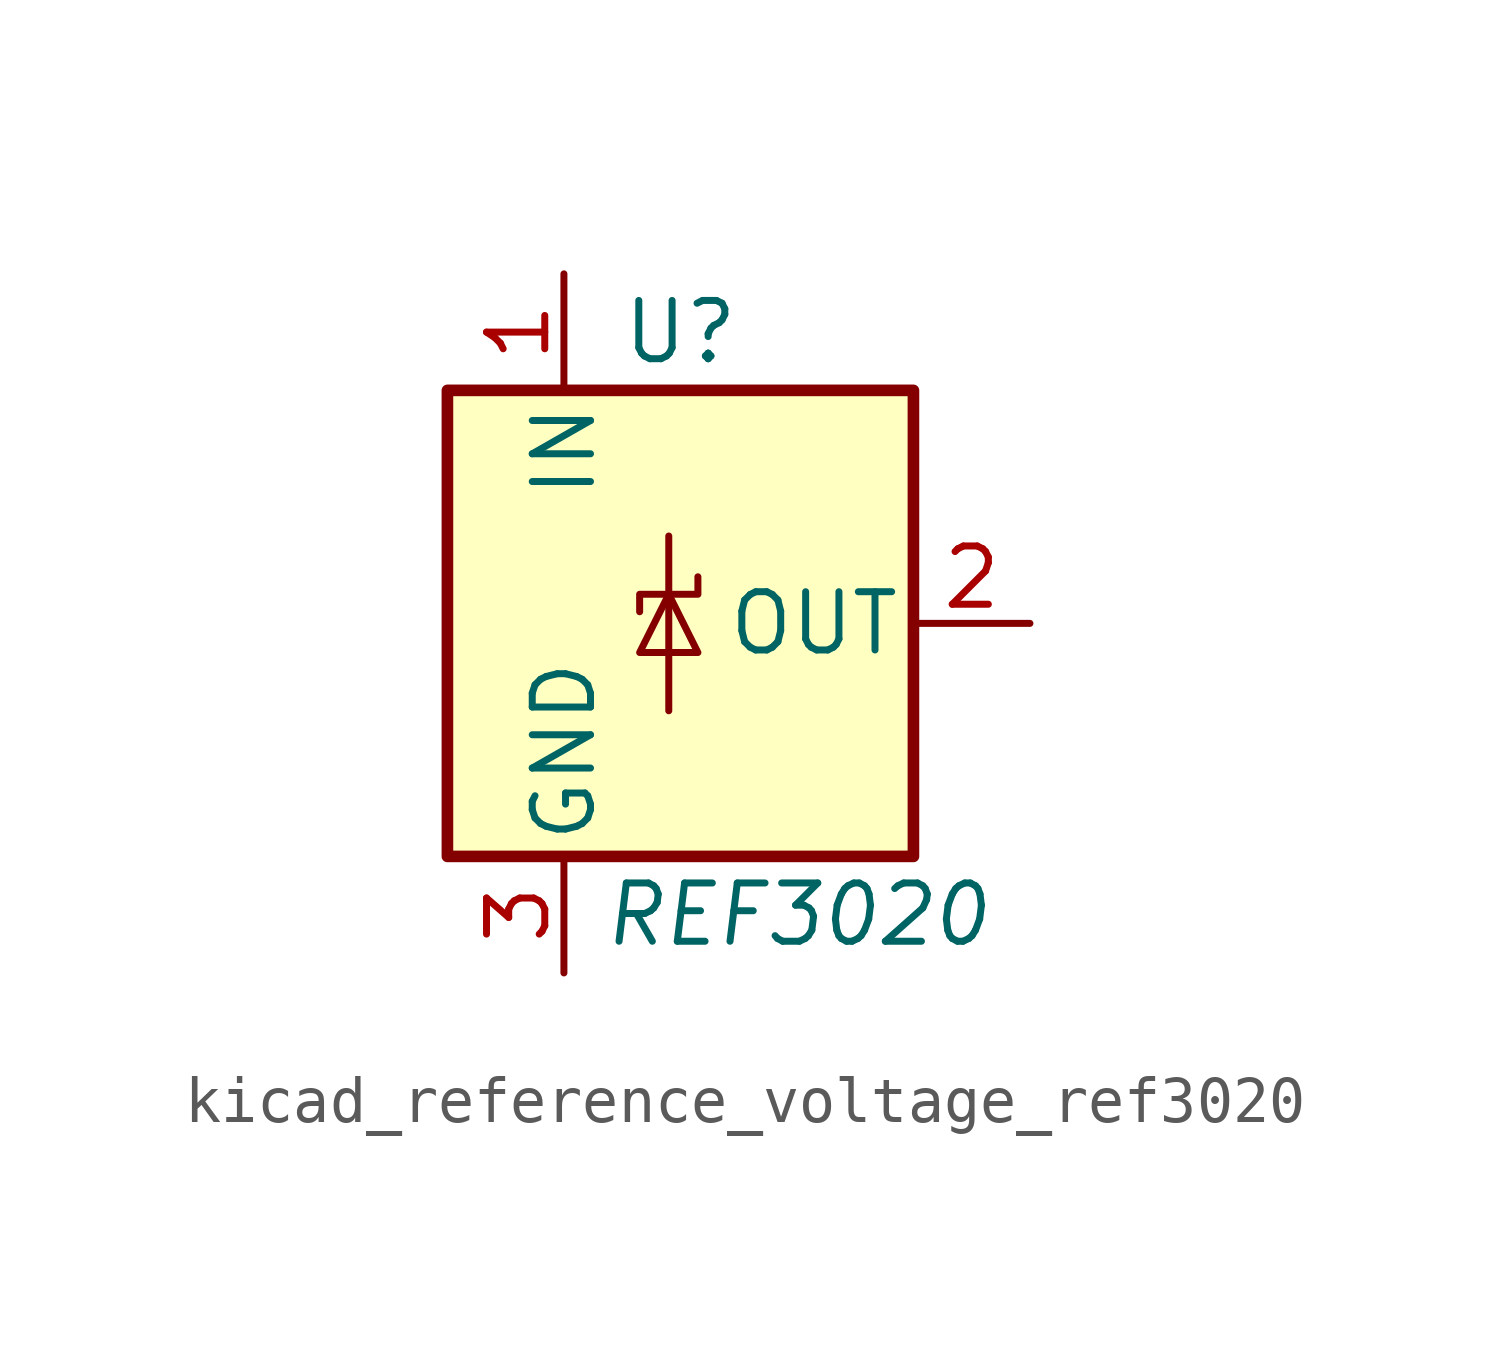
<source format=kicad_sym>
(kicad_symbol_lib
  (version 20220914)
  (generator kicad_symbol_editor)
  (symbol "kicad_reference_voltage_ref3020"
    (pin_names
      (offset 0.254))
    (property "Reference" "U"
      (at 0 6.35 0)
      (effects (font (size 1.27 1.27))))
    (property "Value" "REF3020"
      (at 2.54 -6.35 0)
      (effects (font (size 1.27 1.27) italic)))
    (symbol "kicad_reference_voltage_ref3020_0_1"
      (rectangle (start -5.08 5.08) (end 5.08 -5.08) (stroke (width 0.254) (type default)) (fill (type background)))
      (polyline (pts (xy -0.254 1.905) (xy -0.254 -1.905)) (stroke (width 0) (type default)) (fill (type none)))
      (polyline (pts (xy -0.889 -0.635) (xy 0.381 -0.635) (xy -0.254 0.635) (xy -0.889 -0.635)) (stroke (width 0) (type default)) (fill (type none)))
      (polyline (pts (xy 0.381 1.016) (xy 0.381 0.635) (xy -0.889 0.635) (xy -0.889 0.254)) (stroke (width 0) (type default)) (fill (type none))))
    (symbol "kicad_reference_voltage_ref3020_1_1"
      (pin power_in line (at -2.54 7.62 270) (length 2.54) (name "IN" (effects (font (size 1.27 1.27)))) (number "1" (effects (font (size 1.27 1.27)))))
      (pin power_out line (at 7.62 0 180) (length 2.54) (name "OUT" (effects (font (size 1.27 1.27)))) (number "2" (effects (font (size 1.27 1.27)))))
      (pin power_in line (at -2.54 -7.62 90) (length 2.54) (name "GND" (effects (font (size 1.27 1.27)))) (number "3" (effects (font (size 1.27 1.27))))))))
</source>
